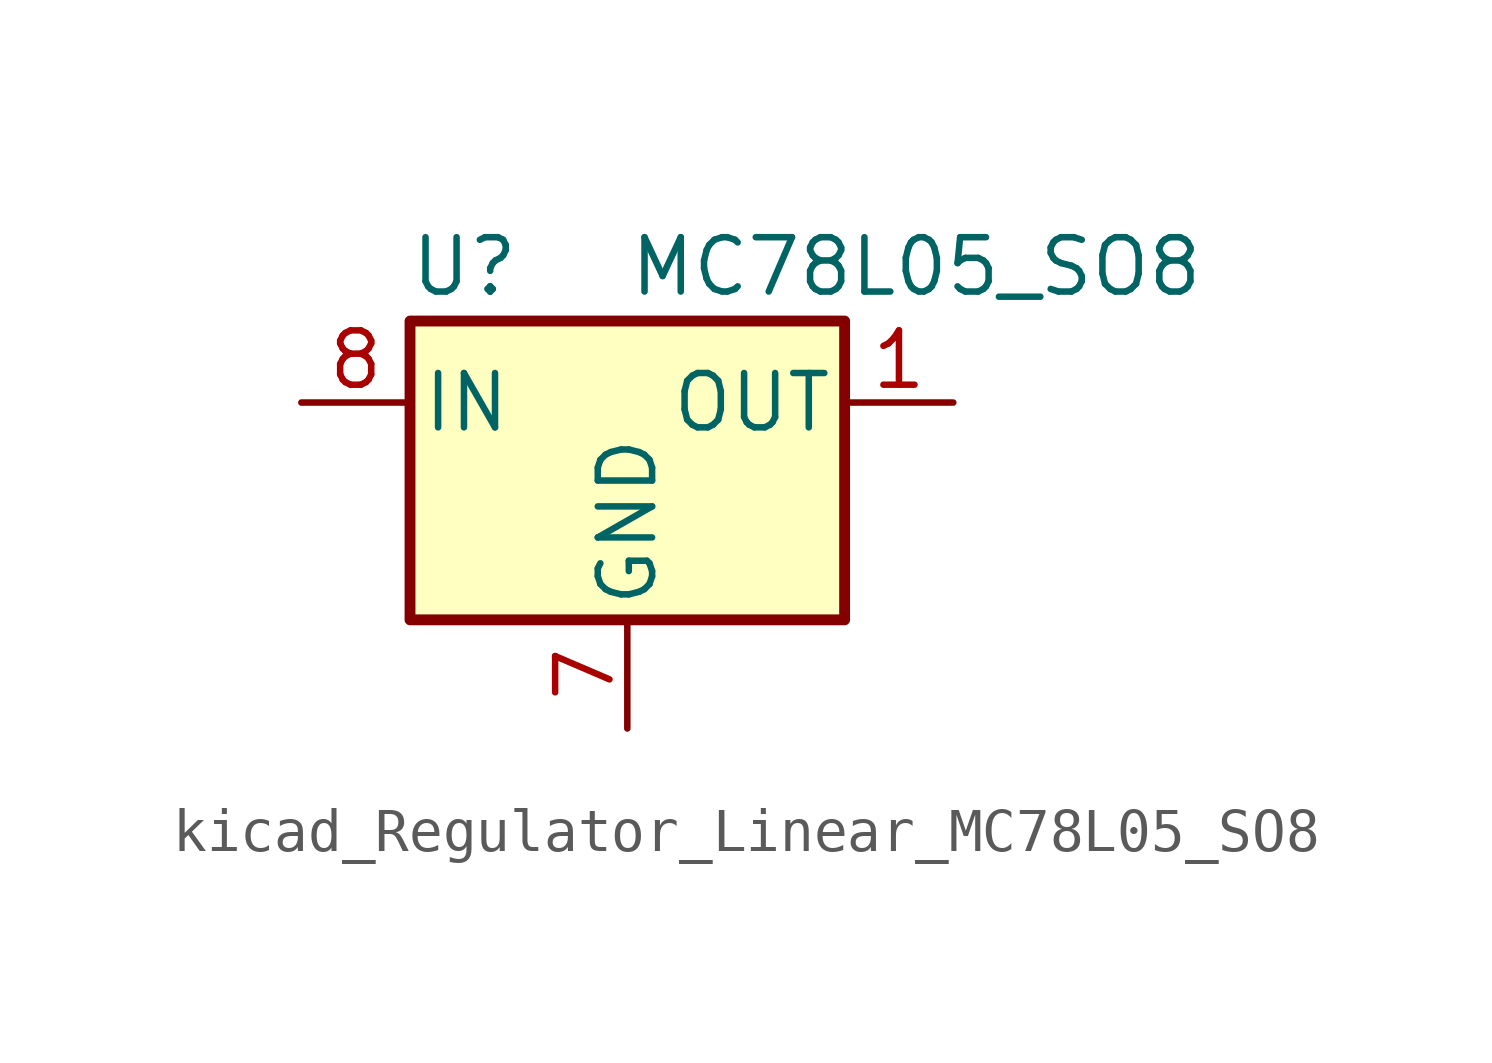
<source format=kicad_sym>
(kicad_symbol_lib
  (version 20220914)
  (generator kicad_symbol_editor)
  (symbol "kicad_Regulator_Linear_MC78L05_SO8"
    (pin_names
      (offset 0.254))
    (property "Reference" "U"
      (at -3.81 3.175 0)
      (effects (font (size 1.27 1.27))))
    (property "Value" "MC78L05_SO8"
      (at 0 3.175 0)
      (effects (font (size 1.27 1.27)) (justify left)))
    (symbol "kicad_Regulator_Linear_MC78L05_SO8_0_1"
      (rectangle (start -5.08 1.905) (end 5.08 -5.08) (stroke (width 0.254) (type default)) (fill (type background))))
    (symbol "kicad_Regulator_Linear_MC78L05_SO8_1_1"
      (pin power_out line (at 7.62 0 180) (length 2.54) (name "OUT" (effects (font (size 1.27 1.27)))) (number "1" (effects (font (size 1.27 1.27)))))
      (pin passive line (at 0 -7.62 90) (length 2.54) hide (name "GND" (effects (font (size 1.27 1.27)))) (number "2" (effects (font (size 1.27 1.27)))))
      (pin passive line (at 0 -7.62 90) (length 2.54) hide (name "GND" (effects (font (size 1.27 1.27)))) (number "3" (effects (font (size 1.27 1.27)))))
      (pin no_connect line (at -5.08 -2.54 0) (length 2.54) hide (name "NC" (effects (font (size 1.27 1.27)))) (number "4" (effects (font (size 1.27 1.27)))))
      (pin no_connect line (at 5.08 -2.54 180) (length 2.54) hide (name "NC" (effects (font (size 1.27 1.27)))) (number "5" (effects (font (size 1.27 1.27)))))
      (pin passive line (at 0 -7.62 90) (length 2.54) hide (name "GND" (effects (font (size 1.27 1.27)))) (number "6" (effects (font (size 1.27 1.27)))))
      (pin power_in line (at 0 -7.62 90) (length 2.54) (name "GND" (effects (font (size 1.27 1.27)))) (number "7" (effects (font (size 1.27 1.27)))))
      (pin power_in line (at -7.62 0 0) (length 2.54) (name "IN" (effects (font (size 1.27 1.27)))) (number "8" (effects (font (size 1.27 1.27))))))))
</source>
